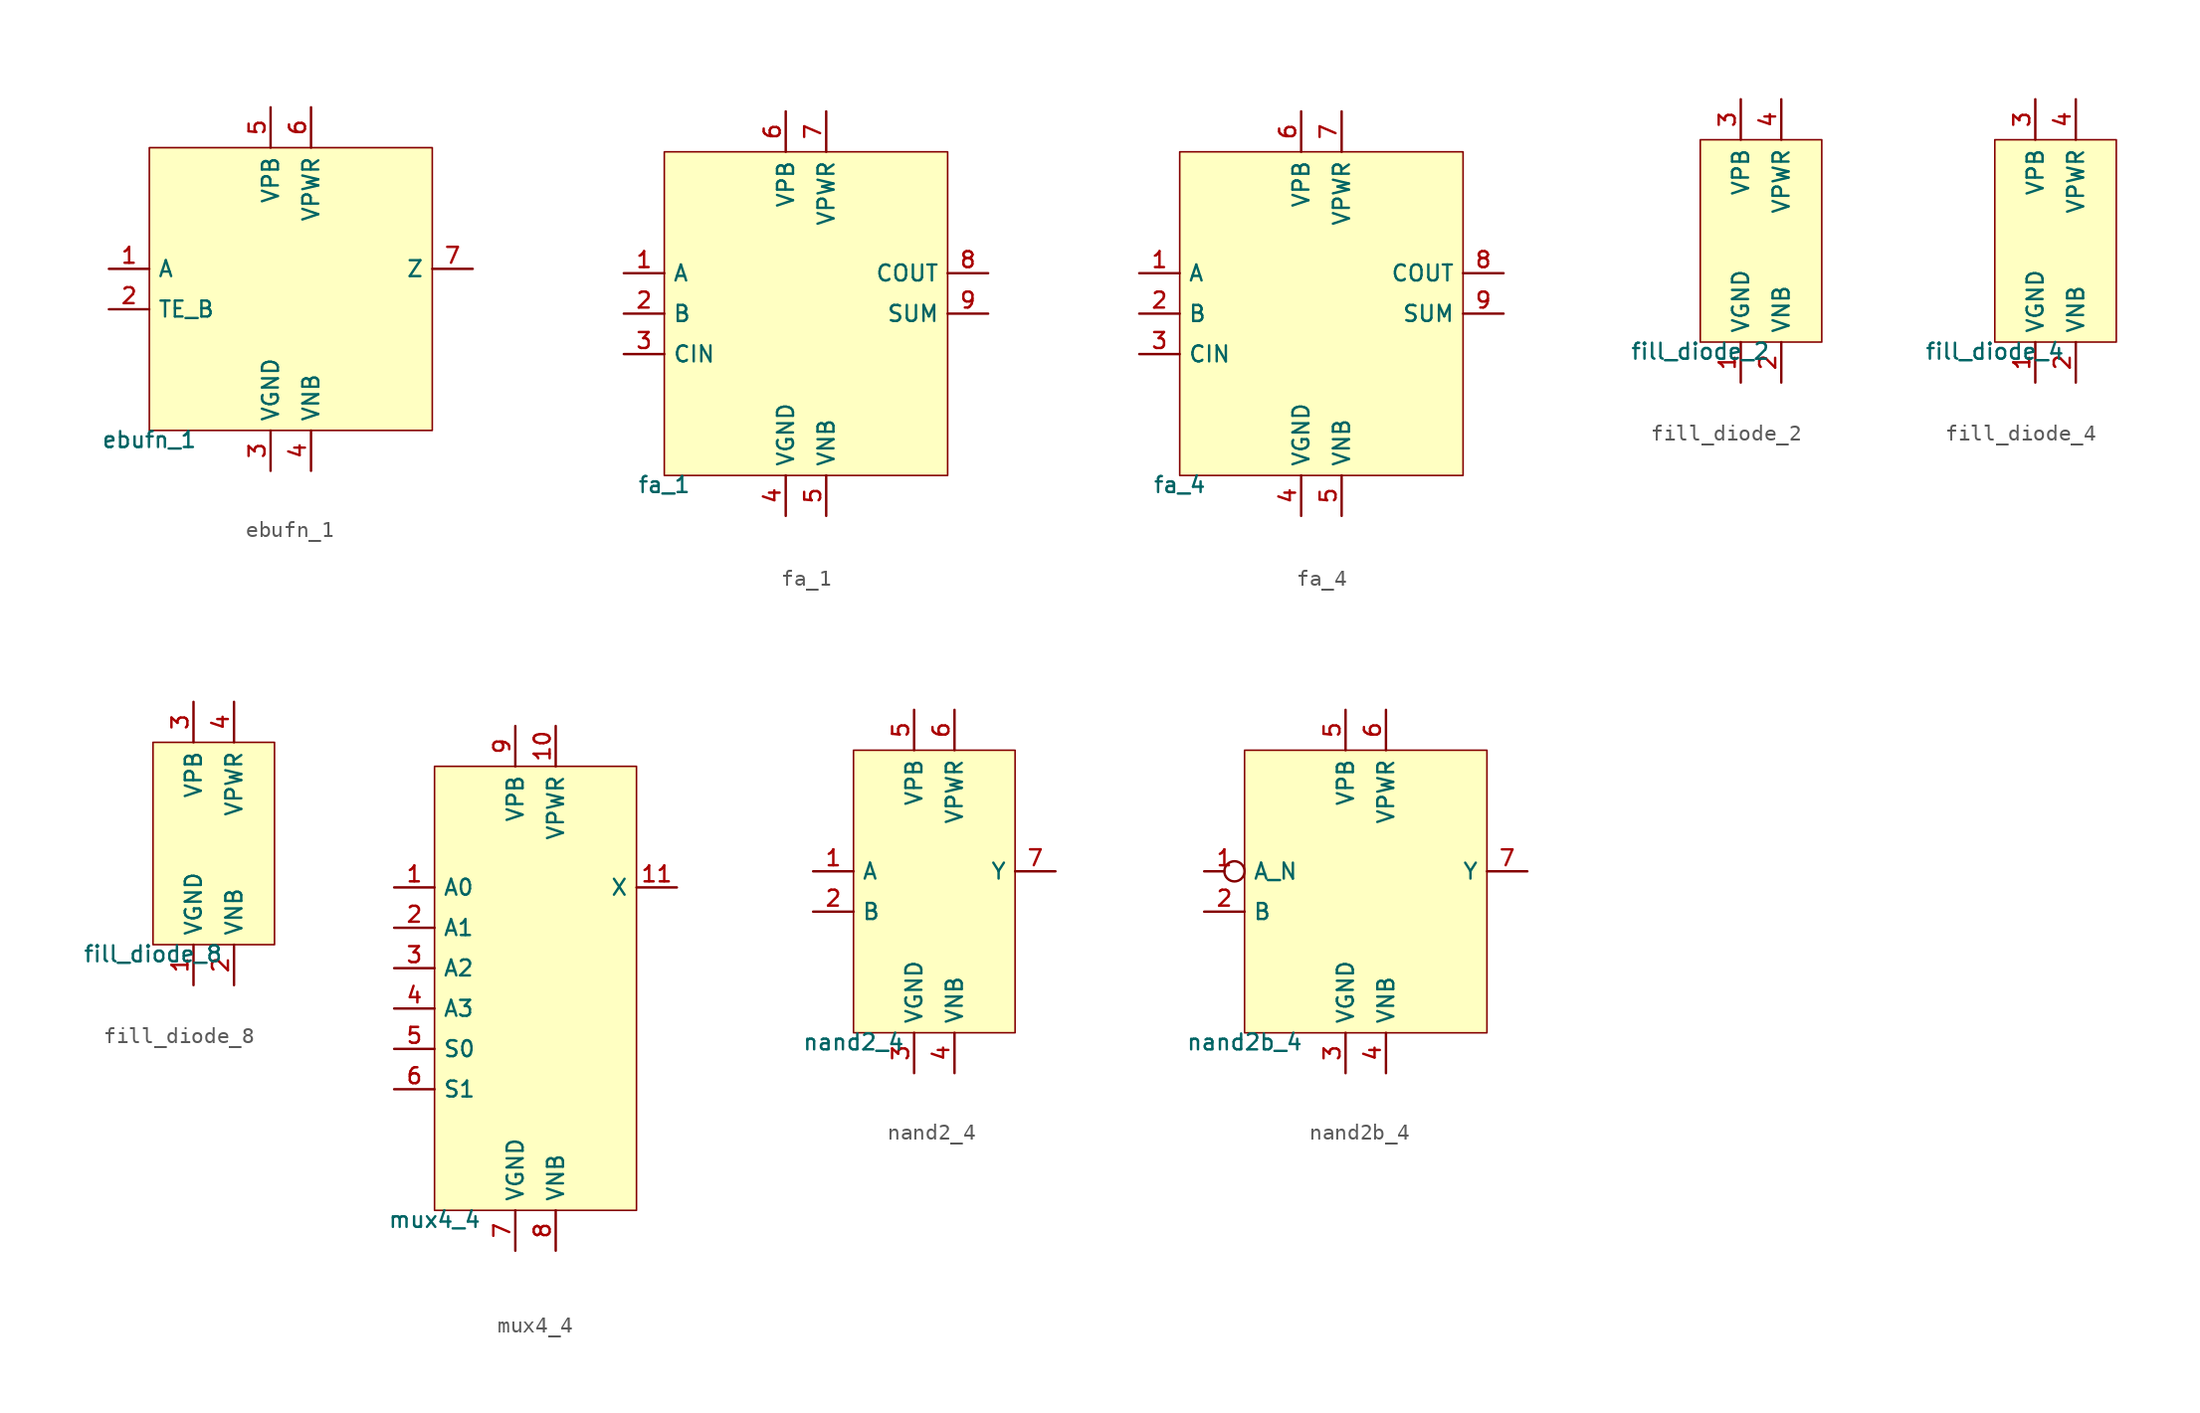
<source format=kicad_sym>
(kicad_symbol_lib
  (version 20211014)
  (generator pdk2kicad)
  (symbol "ebufn_1"
    (property "Reference" "X"
      (at 0 0 0)
      (effects (font (size 1 1)) hide))
    (property "Value" "ebufn_1"
      (at -8.89 -8.89 0)
      (effects (font (size 1 1)) (justify top)))
    (rectangle
      (start -8.89 -8.89)
      (end 8.89 8.89)
      (stroke (width 0.1) (type solid) (color 0 0 0 0))
      (fill (type background)))
    (pin input line
      (at -11.43 1.27 0)
      (length 2.54)
      (name "A" (effects (font (size 1 1)) hide))
      (number "1" (effects (font (size 1 1)) hide)))
    (pin input line
      (at -11.43 -1.27 0)
      (length 2.54)
      (name "TE_B" (effects (font (size 1 1)) hide))
      (number "2" (effects (font (size 1 1)) hide)))
    (pin power_in line
      (at -1.27 -11.43 90)
      (length 2.54)
      (name "VGND" (effects (font (size 1 1)) hide))
      (number "3" (effects (font (size 1 1)) hide)))
    (pin power_in line
      (at 1.27 -11.43 90)
      (length 2.54)
      (name "VNB" (effects (font (size 1 1)) hide))
      (number "4" (effects (font (size 1 1)) hide)))
    (pin power_in line
      (at -1.27 11.43 270)
      (length 2.54)
      (name "VPB" (effects (font (size 1 1)) hide))
      (number "5" (effects (font (size 1 1)) hide)))
    (pin power_in line
      (at 1.27 11.43 270)
      (length 2.54)
      (name "VPWR" (effects (font (size 1 1)) hide))
      (number "6" (effects (font (size 1 1)) hide)))
    (pin output line
      (at 11.43 1.27 180)
      (length 2.54)
      (name "Z" (effects (font (size 1 1)) hide))
      (number "7" (effects (font (size 1 1)) hide))))
  (symbol "fa_1"
    (property "Reference" "X"
      (at 0 0 0)
      (effects (font (size 1 1)) hide))
    (property "Value" "fa_1"
      (at -8.89 -10.16 0)
      (effects (font (size 1 1)) (justify top)))
    (rectangle
      (start -8.89 -10.16)
      (end 8.89 10.16)
      (stroke (width 0.1) (type solid) (color 0 0 0 0))
      (fill (type background)))
    (pin input line
      (at -11.43 2.54 0)
      (length 2.54)
      (name "A" (effects (font (size 1 1)) hide))
      (number "1" (effects (font (size 1 1)) hide)))
    (pin input line
      (at -11.43 0.0 0)
      (length 2.54)
      (name "B" (effects (font (size 1 1)) hide))
      (number "2" (effects (font (size 1 1)) hide)))
    (pin input line
      (at -11.43 -2.54 0)
      (length 2.54)
      (name "CIN" (effects (font (size 1 1)) hide))
      (number "3" (effects (font (size 1 1)) hide)))
    (pin power_in line
      (at -1.27 -12.7 90)
      (length 2.54)
      (name "VGND" (effects (font (size 1 1)) hide))
      (number "4" (effects (font (size 1 1)) hide)))
    (pin power_in line
      (at 1.27 -12.7 90)
      (length 2.54)
      (name "VNB" (effects (font (size 1 1)) hide))
      (number "5" (effects (font (size 1 1)) hide)))
    (pin power_in line
      (at -1.27 12.7 270)
      (length 2.54)
      (name "VPB" (effects (font (size 1 1)) hide))
      (number "6" (effects (font (size 1 1)) hide)))
    (pin power_in line
      (at 1.27 12.7 270)
      (length 2.54)
      (name "VPWR" (effects (font (size 1 1)) hide))
      (number "7" (effects (font (size 1 1)) hide)))
    (pin output line
      (at 11.43 2.54 180)
      (length 2.54)
      (name "COUT" (effects (font (size 1 1)) hide))
      (number "8" (effects (font (size 1 1)) hide)))
    (pin output line
      (at 11.43 0.0 180)
      (length 2.54)
      (name "SUM" (effects (font (size 1 1)) hide))
      (number "9" (effects (font (size 1 1)) hide))))
  (symbol "fa_4"
    (property "Reference" "X"
      (at 0 0 0)
      (effects (font (size 1 1)) hide))
    (property "Value" "fa_4"
      (at -8.89 -10.16 0)
      (effects (font (size 1 1)) (justify top)))
    (rectangle
      (start -8.89 -10.16)
      (end 8.89 10.16)
      (stroke (width 0.1) (type solid) (color 0 0 0 0))
      (fill (type background)))
    (pin input line
      (at -11.43 2.54 0)
      (length 2.54)
      (name "A" (effects (font (size 1 1)) hide))
      (number "1" (effects (font (size 1 1)) hide)))
    (pin input line
      (at -11.43 0.0 0)
      (length 2.54)
      (name "B" (effects (font (size 1 1)) hide))
      (number "2" (effects (font (size 1 1)) hide)))
    (pin input line
      (at -11.43 -2.54 0)
      (length 2.54)
      (name "CIN" (effects (font (size 1 1)) hide))
      (number "3" (effects (font (size 1 1)) hide)))
    (pin power_in line
      (at -1.27 -12.7 90)
      (length 2.54)
      (name "VGND" (effects (font (size 1 1)) hide))
      (number "4" (effects (font (size 1 1)) hide)))
    (pin power_in line
      (at 1.27 -12.7 90)
      (length 2.54)
      (name "VNB" (effects (font (size 1 1)) hide))
      (number "5" (effects (font (size 1 1)) hide)))
    (pin power_in line
      (at -1.27 12.7 270)
      (length 2.54)
      (name "VPB" (effects (font (size 1 1)) hide))
      (number "6" (effects (font (size 1 1)) hide)))
    (pin power_in line
      (at 1.27 12.7 270)
      (length 2.54)
      (name "VPWR" (effects (font (size 1 1)) hide))
      (number "7" (effects (font (size 1 1)) hide)))
    (pin output line
      (at 11.43 2.54 180)
      (length 2.54)
      (name "COUT" (effects (font (size 1 1)) hide))
      (number "8" (effects (font (size 1 1)) hide)))
    (pin output line
      (at 11.43 0.0 180)
      (length 2.54)
      (name "SUM" (effects (font (size 1 1)) hide))
      (number "9" (effects (font (size 1 1)) hide))))
  (symbol "fill_diode_2"
    (property "Reference" "X"
      (at 0 0 0)
      (effects (font (size 1 1)) hide))
    (property "Value" "fill_diode_2"
      (at -3.81 -6.35 0)
      (effects (font (size 1 1)) (justify top)))
    (rectangle
      (start -3.81 -6.35)
      (end 3.81 6.35)
      (stroke (width 0.1) (type solid) (color 0 0 0 0))
      (fill (type background)))
    (pin power_in line
      (at -1.27 -8.89 90)
      (length 2.54)
      (name "VGND" (effects (font (size 1 1)) hide))
      (number "1" (effects (font (size 1 1)) hide)))
    (pin power_in line
      (at 1.27 -8.89 90)
      (length 2.54)
      (name "VNB" (effects (font (size 1 1)) hide))
      (number "2" (effects (font (size 1 1)) hide)))
    (pin power_in line
      (at -1.27 8.89 270)
      (length 2.54)
      (name "VPB" (effects (font (size 1 1)) hide))
      (number "3" (effects (font (size 1 1)) hide)))
    (pin power_in line
      (at 1.27 8.89 270)
      (length 2.54)
      (name "VPWR" (effects (font (size 1 1)) hide))
      (number "4" (effects (font (size 1 1)) hide))))
  (symbol "fill_diode_4"
    (property "Reference" "X"
      (at 0 0 0)
      (effects (font (size 1 1)) hide))
    (property "Value" "fill_diode_4"
      (at -3.81 -6.35 0)
      (effects (font (size 1 1)) (justify top)))
    (rectangle
      (start -3.81 -6.35)
      (end 3.81 6.35)
      (stroke (width 0.1) (type solid) (color 0 0 0 0))
      (fill (type background)))
    (pin power_in line
      (at -1.27 -8.89 90)
      (length 2.54)
      (name "VGND" (effects (font (size 1 1)) hide))
      (number "1" (effects (font (size 1 1)) hide)))
    (pin power_in line
      (at 1.27 -8.89 90)
      (length 2.54)
      (name "VNB" (effects (font (size 1 1)) hide))
      (number "2" (effects (font (size 1 1)) hide)))
    (pin power_in line
      (at -1.27 8.89 270)
      (length 2.54)
      (name "VPB" (effects (font (size 1 1)) hide))
      (number "3" (effects (font (size 1 1)) hide)))
    (pin power_in line
      (at 1.27 8.89 270)
      (length 2.54)
      (name "VPWR" (effects (font (size 1 1)) hide))
      (number "4" (effects (font (size 1 1)) hide))))
  (symbol "fill_diode_8"
    (property "Reference" "X"
      (at 0 0 0)
      (effects (font (size 1 1)) hide))
    (property "Value" "fill_diode_8"
      (at -3.81 -6.35 0)
      (effects (font (size 1 1)) (justify top)))
    (rectangle
      (start -3.81 -6.35)
      (end 3.81 6.35)
      (stroke (width 0.1) (type solid) (color 0 0 0 0))
      (fill (type background)))
    (pin power_in line
      (at -1.27 -8.89 90)
      (length 2.54)
      (name "VGND" (effects (font (size 1 1)) hide))
      (number "1" (effects (font (size 1 1)) hide)))
    (pin power_in line
      (at 1.27 -8.89 90)
      (length 2.54)
      (name "VNB" (effects (font (size 1 1)) hide))
      (number "2" (effects (font (size 1 1)) hide)))
    (pin power_in line
      (at -1.27 8.89 270)
      (length 2.54)
      (name "VPB" (effects (font (size 1 1)) hide))
      (number "3" (effects (font (size 1 1)) hide)))
    (pin power_in line
      (at 1.27 8.89 270)
      (length 2.54)
      (name "VPWR" (effects (font (size 1 1)) hide))
      (number "4" (effects (font (size 1 1)) hide))))
  (symbol "mux4_4"
    (property "Reference" "X"
      (at 0 0 0)
      (effects (font (size 1 1)) hide))
    (property "Value" "mux4_4"
      (at -6.35 -13.97 0)
      (effects (font (size 1 1)) (justify top)))
    (rectangle
      (start -6.35 -13.97)
      (end 6.35 13.97)
      (stroke (width 0.1) (type solid) (color 0 0 0 0))
      (fill (type background)))
    (pin input line
      (at -8.89 6.35 0)
      (length 2.54)
      (name "A0" (effects (font (size 1 1)) hide))
      (number "1" (effects (font (size 1 1)) hide)))
    (pin input line
      (at -8.89 3.81 0)
      (length 2.54)
      (name "A1" (effects (font (size 1 1)) hide))
      (number "2" (effects (font (size 1 1)) hide)))
    (pin input line
      (at -8.89 1.27 0)
      (length 2.54)
      (name "A2" (effects (font (size 1 1)) hide))
      (number "3" (effects (font (size 1 1)) hide)))
    (pin input line
      (at -8.89 -1.27 0)
      (length 2.54)
      (name "A3" (effects (font (size 1 1)) hide))
      (number "4" (effects (font (size 1 1)) hide)))
    (pin input line
      (at -8.89 -3.81 0)
      (length 2.54)
      (name "S0" (effects (font (size 1 1)) hide))
      (number "5" (effects (font (size 1 1)) hide)))
    (pin input line
      (at -8.89 -6.35 0)
      (length 2.54)
      (name "S1" (effects (font (size 1 1)) hide))
      (number "6" (effects (font (size 1 1)) hide)))
    (pin power_in line
      (at -1.27 -16.51 90)
      (length 2.54)
      (name "VGND" (effects (font (size 1 1)) hide))
      (number "7" (effects (font (size 1 1)) hide)))
    (pin power_in line
      (at 1.27 -16.51 90)
      (length 2.54)
      (name "VNB" (effects (font (size 1 1)) hide))
      (number "8" (effects (font (size 1 1)) hide)))
    (pin power_in line
      (at -1.27 16.51 270)
      (length 2.54)
      (name "VPB" (effects (font (size 1 1)) hide))
      (number "9" (effects (font (size 1 1)) hide)))
    (pin power_in line
      (at 1.27 16.51 270)
      (length 2.54)
      (name "VPWR" (effects (font (size 1 1)) hide))
      (number "10" (effects (font (size 1 1)) hide)))
    (pin output line
      (at 8.89 6.35 180)
      (length 2.54)
      (name "X" (effects (font (size 1 1)) hide))
      (number "11" (effects (font (size 1 1)) hide))))
  (symbol "nand2_4"
    (property "Reference" "X"
      (at 0 0 0)
      (effects (font (size 1 1)) hide))
    (property "Value" "nand2_4"
      (at -5.08 -8.89 0)
      (effects (font (size 1 1)) (justify top)))
    (rectangle
      (start -5.08 -8.89)
      (end 5.08 8.89)
      (stroke (width 0.1) (type solid) (color 0 0 0 0))
      (fill (type background)))
    (pin input line
      (at -7.62 1.27 0)
      (length 2.54)
      (name "A" (effects (font (size 1 1)) hide))
      (number "1" (effects (font (size 1 1)) hide)))
    (pin input line
      (at -7.62 -1.27 0)
      (length 2.54)
      (name "B" (effects (font (size 1 1)) hide))
      (number "2" (effects (font (size 1 1)) hide)))
    (pin power_in line
      (at -1.27 -11.43 90)
      (length 2.54)
      (name "VGND" (effects (font (size 1 1)) hide))
      (number "3" (effects (font (size 1 1)) hide)))
    (pin power_in line
      (at 1.27 -11.43 90)
      (length 2.54)
      (name "VNB" (effects (font (size 1 1)) hide))
      (number "4" (effects (font (size 1 1)) hide)))
    (pin power_in line
      (at -1.27 11.43 270)
      (length 2.54)
      (name "VPB" (effects (font (size 1 1)) hide))
      (number "5" (effects (font (size 1 1)) hide)))
    (pin power_in line
      (at 1.27 11.43 270)
      (length 2.54)
      (name "VPWR" (effects (font (size 1 1)) hide))
      (number "6" (effects (font (size 1 1)) hide)))
    (pin output line
      (at 7.62 1.27 180)
      (length 2.54)
      (name "Y" (effects (font (size 1 1)) hide))
      (number "7" (effects (font (size 1 1)) hide))))
  (symbol "nand2b_4"
    (property "Reference" "X"
      (at 0 0 0)
      (effects (font (size 1 1)) hide))
    (property "Value" "nand2b_4"
      (at -7.62 -8.89 0)
      (effects (font (size 1 1)) (justify top)))
    (rectangle
      (start -7.62 -8.89)
      (end 7.62 8.89)
      (stroke (width 0.1) (type solid) (color 0 0 0 0))
      (fill (type background)))
    (pin input inverted
      (at -10.16 1.27 0)
      (length 2.54)
      (name "A_N" (effects (font (size 1 1)) hide))
      (number "1" (effects (font (size 1 1)) hide)))
    (pin input line
      (at -10.16 -1.27 0)
      (length 2.54)
      (name "B" (effects (font (size 1 1)) hide))
      (number "2" (effects (font (size 1 1)) hide)))
    (pin power_in line
      (at -1.27 -11.43 90)
      (length 2.54)
      (name "VGND" (effects (font (size 1 1)) hide))
      (number "3" (effects (font (size 1 1)) hide)))
    (pin power_in line
      (at 1.27 -11.43 90)
      (length 2.54)
      (name "VNB" (effects (font (size 1 1)) hide))
      (number "4" (effects (font (size 1 1)) hide)))
    (pin power_in line
      (at -1.27 11.43 270)
      (length 2.54)
      (name "VPB" (effects (font (size 1 1)) hide))
      (number "5" (effects (font (size 1 1)) hide)))
    (pin power_in line
      (at 1.27 11.43 270)
      (length 2.54)
      (name "VPWR" (effects (font (size 1 1)) hide))
      (number "6" (effects (font (size 1 1)) hide)))
    (pin output line
      (at 10.16 1.27 180)
      (length 2.54)
      (name "Y" (effects (font (size 1 1)) hide))
      (number "7" (effects (font (size 1 1)) hide)))))
</source>
